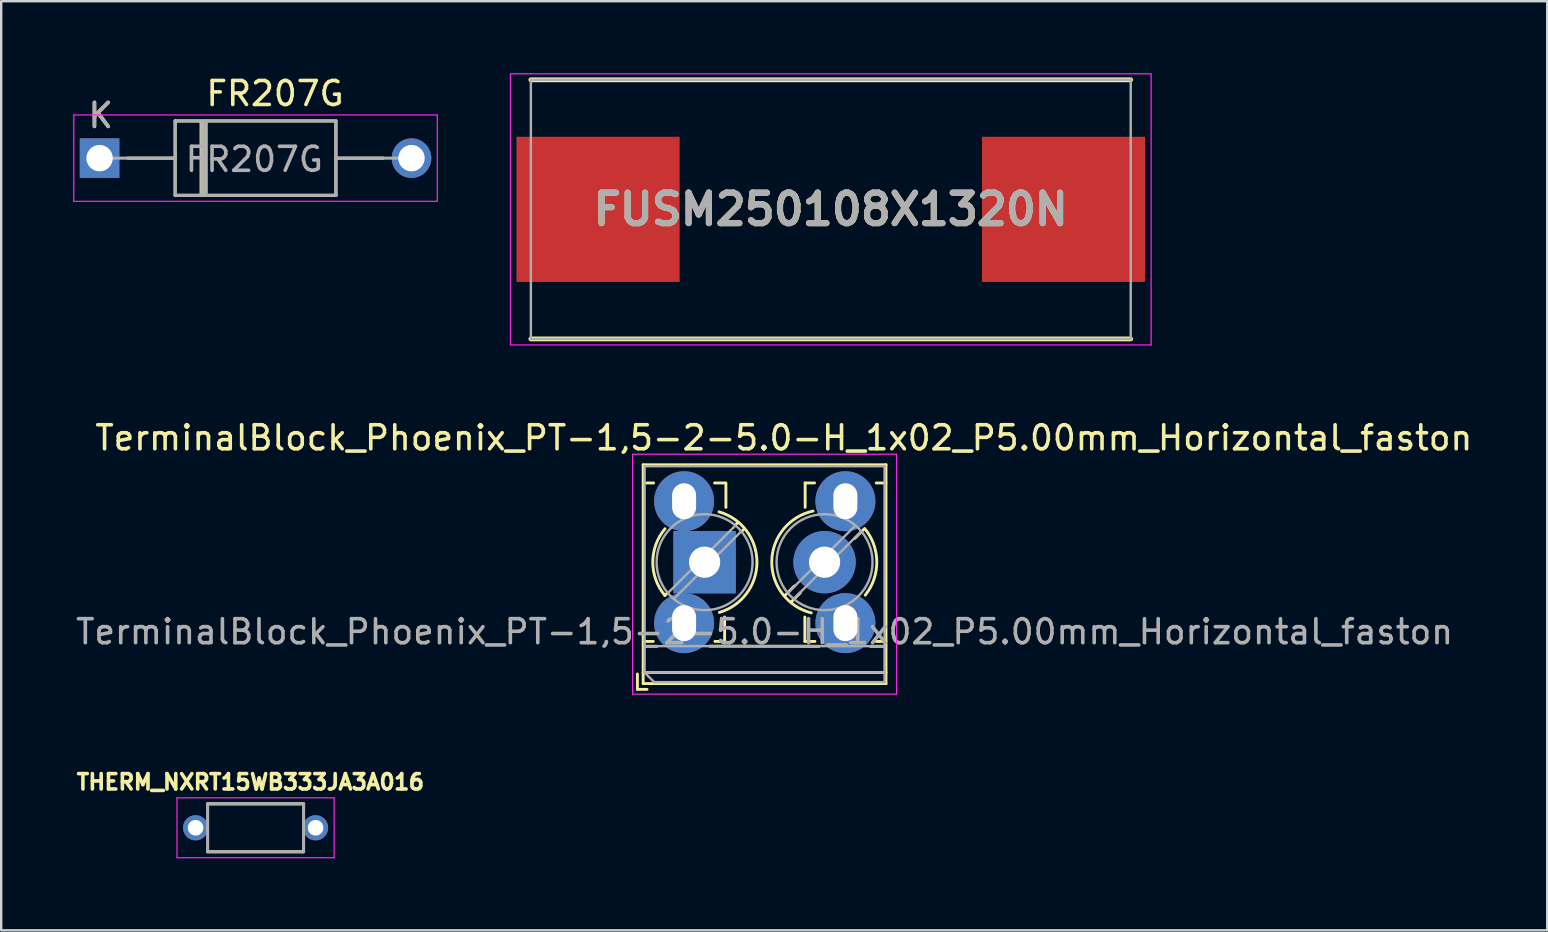
<source format=kicad_pcb>
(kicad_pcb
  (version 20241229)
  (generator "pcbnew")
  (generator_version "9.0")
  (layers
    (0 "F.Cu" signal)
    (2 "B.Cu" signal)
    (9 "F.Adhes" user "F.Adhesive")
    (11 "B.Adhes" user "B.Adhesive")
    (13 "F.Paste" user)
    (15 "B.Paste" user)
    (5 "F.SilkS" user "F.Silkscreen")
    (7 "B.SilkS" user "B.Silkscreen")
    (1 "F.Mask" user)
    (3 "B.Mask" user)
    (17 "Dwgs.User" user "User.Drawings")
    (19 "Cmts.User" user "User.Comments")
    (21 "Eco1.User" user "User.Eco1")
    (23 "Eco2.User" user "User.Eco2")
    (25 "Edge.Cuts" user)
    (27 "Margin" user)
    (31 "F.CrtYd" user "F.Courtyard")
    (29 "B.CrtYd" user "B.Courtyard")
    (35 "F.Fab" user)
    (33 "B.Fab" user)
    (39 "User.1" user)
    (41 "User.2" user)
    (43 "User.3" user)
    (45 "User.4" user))
  (footprint "FR207G"
    (layer "F.Cu")
    (at 7.6 3.541)
    (property "Reference" "FR207G" (at 0.813 -2.692 0) (layer "F.SilkS") (effects (font (size 1 1) (thickness 0.15))))
    (attr through_hole)
    (fp_line (start -3.35 -1.55) (end -3.35 0) (stroke (width 0.127) (type solid)) (layer "F.SilkS"))
    (fp_line (start -3.35 0) (end -5.32 0) (stroke (width 0.127) (type solid)) (layer "F.SilkS"))
    (fp_line (start -3.35 0) (end -3.35 1.55) (stroke (width 0.127) (type solid)) (layer "F.SilkS"))
    (fp_line (start -3.35 1.55) (end 3.35 1.55) (stroke (width 0.127) (type solid)) (layer "F.SilkS"))
    (fp_line (start -2.272 -1.524) (end -2.272 1.524) (stroke (width 0.12) (type solid)) (layer "F.SilkS"))
    (fp_line (start -2.184 -1.524) (end -2.184 1.524) (stroke (width 0.12) (type solid)) (layer "F.SilkS"))
    (fp_line (start -2.092 -1.527) (end -2.096 1.508) (stroke (width 0.12) (type solid)) (layer "F.SilkS"))
    (fp_line (start -2.063 -1.551) (end -2.063 1.527) (stroke (width 0.12) (type solid)) (layer "F.SilkS"))
    (fp_line (start 3.35 -1.55) (end -3.35 -1.55) (stroke (width 0.127) (type solid)) (layer "F.SilkS"))
    (fp_line (start 3.35 0) (end 3.35 -1.55) (stroke (width 0.127) (type solid)) (layer "F.SilkS"))
    (fp_line (start 3.35 0) (end 5.32 0) (stroke (width 0.127) (type solid)) (layer "F.SilkS"))
    (fp_line (start 3.35 1.55) (end 3.35 0) (stroke (width 0.127) (type solid)) (layer "F.SilkS"))
    (fp_line (start -7.575 -1.8) (end -7.575 1.8) (stroke (width 0.05) (type solid)) (layer "F.CrtYd"))
    (fp_line (start -7.575 1.8) (end 7.575 1.8) (stroke (width 0.05) (type solid)) (layer "F.CrtYd"))
    (fp_line (start 7.575 -1.8) (end -7.575 -1.8) (stroke (width 0.05) (type solid)) (layer "F.CrtYd"))
    (fp_line (start 7.575 1.8) (end 7.575 -1.8) (stroke (width 0.05) (type solid)) (layer "F.CrtYd"))
    (fp_line (start -3.35 -1.55) (end -3.35 0) (stroke (width 0.127) (type solid)) (layer "F.Fab"))
    (fp_line (start -3.35 0) (end -6.5 0) (stroke (width 0.127) (type solid)) (layer "F.Fab"))
    (fp_line (start -3.35 0) (end -3.35 1.55) (stroke (width 0.127) (type solid)) (layer "F.Fab"))
    (fp_line (start -3.35 1.55) (end 3.35 1.55) (stroke (width 0.127) (type solid)) (layer "F.Fab"))
    (fp_line (start -2.252 -1.524) (end -2.252 1.524) (stroke (width 0.1) (type solid)) (layer "F.Fab"))
    (fp_line (start -2.152 -1.524) (end -2.152 1.524) (stroke (width 0.1) (type solid)) (layer "F.Fab"))
    (fp_line (start -2.052 -1.524) (end -2.052 1.526) (stroke (width 0.1) (type solid)) (layer "F.Fab"))
    (fp_line (start 3.35 -1.55) (end -3.35 -1.55) (stroke (width 0.127) (type solid)) (layer "F.Fab"))
    (fp_line (start 3.35 0) (end 3.35 -1.55) (stroke (width 0.127) (type solid)) (layer "F.Fab"))
    (fp_line (start 3.35 0) (end 6.5 0) (stroke (width 0.127) (type solid)) (layer "F.Fab"))
    (fp_line (start 3.35 1.55) (end 3.35 0) (stroke (width 0.127) (type solid)) (layer "F.Fab"))
    (fp_text user "K" (at -6.452 -1.778 0) (layer "F.SilkS") (effects (font (size 1 1) (thickness 0.15))))
    (fp_text user "K" (at -6.452 -1.778 0) (layer "F.Fab") (effects (font (size 1 1) (thickness 0.15))))
    (fp_text user "${REFERENCE}" (at -0.051 0.051 0) (layer "F.Fab") (effects (font (size 1 1) (thickness 0.15))))
    (pad "A" thru_hole circle (at 6.5 0) (size 1.65 1.65) (drill 1.1) (layers "*.Cu" "*.Mask"))
    (pad "C" thru_hole rect (at -6.5 0) (size 1.65 1.65) (drill 1.1) (layers "*.Cu" "*.Mask")))
  (footprint "FUSM250108X1320N"
    (layer "F.Cu")
    (at 31.575 5.675)
    (property "Reference" "FUSM250108X1320N" (at 0 0 0) (layer "F.SilkS") (effects (font (size 1.27 1.27) (thickness 0.254))))
    (attr smd)
    (fp_line (start -12.5 5.4) (end 12.5 5.4) (stroke (width 0.2) (type solid)) (layer "F.SilkS"))
    (fp_line (start 12.5 -5.4) (end -12.5 -5.4) (stroke (width 0.2) (type solid)) (layer "F.SilkS"))
    (fp_line (start -13.35 -5.65) (end 13.35 -5.65) (stroke (width 0.05) (type solid)) (layer "F.CrtYd"))
    (fp_line (start -13.35 5.65) (end -13.35 -5.65) (stroke (width 0.05) (type solid)) (layer "F.CrtYd"))
    (fp_line (start 13.35 -5.65) (end 13.35 5.65) (stroke (width 0.05) (type solid)) (layer "F.CrtYd"))
    (fp_line (start 13.35 5.65) (end -13.35 5.65) (stroke (width 0.05) (type solid)) (layer "F.CrtYd"))
    (fp_line (start -12.5 -5.4) (end 12.5 -5.4) (stroke (width 0.1) (type solid)) (layer "F.Fab"))
    (fp_line (start -12.5 5.4) (end -12.5 -5.4) (stroke (width 0.1) (type solid)) (layer "F.Fab"))
    (fp_line (start 12.5 -5.4) (end 12.5 5.4) (stroke (width 0.1) (type solid)) (layer "F.Fab"))
    (fp_line (start 12.5 5.4) (end -12.5 5.4) (stroke (width 0.1) (type solid)) (layer "F.Fab"))
    (fp_text user "${REFERENCE}" (at 0 0 0) (layer "F.Fab") (effects (font (size 1.27 1.27) (thickness 0.254))))
    (pad "1" smd rect (at -9.7 0 90) (size 6.05 6.8) (layers "F.Cu" "F.Mask" "F.Paste"))
    (pad "2" smd rect (at 9.7 0 90) (size 6.05 6.8) (layers "F.Cu" "F.Mask" "F.Paste")))
  (footprint "TerminalBlock_Phoenix_PT-1,5-2-5.0-H_1x02_P5.00mm_Horizontal_faston"
    (layer "F.Cu")
    (at 26.315 20.38)
    (property "Reference" "TerminalBlock_Phoenix_PT-1,5-2-5.0-H_1x02_P5.00mm_Horizontal_faston" (at 3.302 -5.182 0) (layer "F.SilkS") (effects (font (size 1 1) (thickness 0.15))))
    (attr through_hole)
    (fp_line (start -2.8 4.66) (end -2.8 5.3) (stroke (width 0.12) (type solid)) (layer "F.SilkS"))
    (fp_line (start -2.8 5.3) (end -2.4 5.3) (stroke (width 0.12) (type solid)) (layer "F.SilkS"))
    (fp_line (start -2.56 -4.06) (end -2.56 5.06) (stroke (width 0.12) (type solid)) (layer "F.SilkS"))
    (fp_line (start -2.56 -4.06) (end 7.56 -4.06) (stroke (width 0.12) (type solid)) (layer "F.SilkS"))
    (fp_line (start -2.56 4.6) (end 7.56 4.6) (stroke (width 0.12) (type solid)) (layer "F.SilkS"))
    (fp_line (start -2.56 5.06) (end 7.56 5.06) (stroke (width 0.12) (type solid)) (layer "F.SilkS"))
    (fp_line (start -2.543 3.302) (end -2.139 3.302) (stroke (width 0.12) (type solid)) (layer "F.SilkS"))
    (fp_line (start -2.537 3.505) (end -1.981 3.505) (stroke (width 0.12) (type solid)) (layer "F.SilkS"))
    (fp_line (start -2.124 -3.302) (end -2.543 -3.302) (stroke (width 0.12) (type solid)) (layer "F.SilkS"))
    (fp_line (start -1.548 1.281) (end -1.654 1.388) (stroke (width 0.12) (type solid)) (layer "F.SilkS"))
    (fp_line (start 0.203 3.5) (end 4.775 3.505) (stroke (width 0.12) (type solid)) (layer "F.SilkS"))
    (fp_line (start 0.431 3.302) (end 0.835 3.302) (stroke (width 0.12) (type solid)) (layer "F.SilkS"))
    (fp_line (start 0.835 -3.302) (end 0.416 -3.302) (stroke (width 0.12) (type solid)) (layer "F.SilkS"))
    (fp_line (start 0.835 3.302) (end 0.835 2.286) (stroke (width 0.12) (type solid)) (layer "F.SilkS"))
    (fp_line (start 0.889 -2.286) (end 0.889 -3.302) (stroke (width 0.12) (type solid)) (layer "F.SilkS"))
    (fp_line (start 1.388 -1.654) (end 1.281 -1.547) (stroke (width 0.12) (type solid)) (layer "F.SilkS"))
    (fp_line (start 1.654 -1.388) (end 1.547 -1.281) (stroke (width 0.12) (type solid)) (layer "F.SilkS"))
    (fp_line (start 3.742 0.992) (end 3.347 1.388) (stroke (width 0.12) (type solid)) (layer "F.SilkS"))
    (fp_line (start 3.993 1.274) (end 3.613 1.654) (stroke (width 0.12) (type solid)) (layer "F.SilkS"))
    (fp_line (start 4.179 2.286) (end 4.179 3.302) (stroke (width 0.12) (type solid)) (layer "F.SilkS"))
    (fp_line (start 4.179 3.302) (end 4.598 3.302) (stroke (width 0.12) (type solid)) (layer "F.SilkS"))
    (fp_line (start 4.191 -3.302) (end 4.191 -2.286) (stroke (width 0.12) (type solid)) (layer "F.SilkS"))
    (fp_line (start 4.583 -3.302) (end 4.191 -3.302) (stroke (width 0.12) (type solid)) (layer "F.SilkS"))
    (fp_line (start 6.654 -1.388) (end 6.259 -0.992) (stroke (width 0.12) (type solid)) (layer "F.SilkS"))
    (fp_line (start 6.909 3.505) (end 7.518 3.505) (stroke (width 0.12) (type solid)) (layer "F.SilkS"))
    (fp_line (start 7.138 3.302) (end 7.557 3.302) (stroke (width 0.12) (type solid)) (layer "F.SilkS"))
    (fp_line (start 7.557 -3.302) (end 7.153 -3.302) (stroke (width 0.12) (type solid)) (layer "F.SilkS"))
    (fp_line (start 7.56 -4.06) (end 7.56 5.06) (stroke (width 0.12) (type solid)) (layer "F.SilkS"))
    (fp_arc (start -1.653999 1.388) (mid -2.159221 -0.004406) (end -1.64832 -1.394739) (stroke (width 0.12) (type default)) (layer "F.SilkS"))
    (fp_arc (start 0.599609 -2.098632) (mid 2.182598 -0.007248) (end 0.613534 2.094603) (stroke (width 0.12) (type default)) (layer "F.SilkS"))
    (fp_arc (start 4.446927 2.113104) (mid 2.799823 -0.038465) (end 4.521854 -2.130548) (stroke (width 0.12) (type default)) (layer "F.SilkS"))
    (fp_arc (start 6.675959 -1.39799) (mid 7.177451 -0.015983) (end 6.6961 1.373167) (stroke (width 0.12) (type default)) (layer "F.SilkS"))
    (fp_line (start -3 -4.5) (end -3 5.5) (stroke (width 0.05) (type solid)) (layer "F.CrtYd"))
    (fp_line (start -3 5.5) (end 8 5.5) (stroke (width 0.05) (type solid)) (layer "F.CrtYd"))
    (fp_line (start 8 -4.5) (end -3 -4.5) (stroke (width 0.05) (type solid)) (layer "F.CrtYd"))
    (fp_line (start 8 5.5) (end 8 -4.5) (stroke (width 0.05) (type solid)) (layer "F.CrtYd"))
    (fp_line (start -2.5 -4) (end 7.5 -4) (stroke (width 0.1) (type solid)) (layer "F.Fab"))
    (fp_line (start -2.5 3.5) (end 7.5 3.5) (stroke (width 0.1) (type solid)) (layer "F.Fab"))
    (fp_line (start -2.5 4.6) (end -2.5 -4) (stroke (width 0.1) (type solid)) (layer "F.Fab"))
    (fp_line (start -2.5 4.6) (end 7.5 4.6) (stroke (width 0.1) (type solid)) (layer "F.Fab"))
    (fp_line (start -2.1 5) (end -2.5 4.6) (stroke (width 0.1) (type solid)) (layer "F.Fab"))
    (fp_line (start 1.273 -1.517) (end -1.517 1.273) (stroke (width 0.1) (type solid)) (layer "F.Fab"))
    (fp_line (start 1.517 -1.273) (end -1.273 1.517) (stroke (width 0.1) (type solid)) (layer "F.Fab"))
    (fp_line (start 6.273 -1.517) (end 3.484 1.273) (stroke (width 0.1) (type solid)) (layer "F.Fab"))
    (fp_line (start 6.517 -1.273) (end 3.728 1.517) (stroke (width 0.1) (type solid)) (layer "F.Fab"))
    (fp_line (start 7.5 -4) (end 7.5 5) (stroke (width 0.1) (type solid)) (layer "F.Fab"))
    (fp_line (start 7.5 5) (end -2.1 5) (stroke (width 0.1) (type solid)) (layer "F.Fab"))
    (fp_circle (center 0 0) (end 2 0) (stroke (width 0.1) (type solid)) (fill no) (layer "F.Fab"))
    (fp_circle (center 5 0) (end 7 0) (stroke (width 0.1) (type solid)) (fill no) (layer "F.Fab"))
    (fp_text user "${REFERENCE}" (at 2.5 2.9 0) (layer "F.Fab") (effects (font (size 1 1) (thickness 0.15))))
    (pad "1" thru_hole circle (at -0.854 -2.54 90) (size 2.5 2.5) (drill oval 1.5 1) (layers "*.Cu" "*.Mask"))
    (pad "1" thru_hole circle (at -0.854 2.54 90) (size 2.5 2.5) (drill oval 1.5 1) (layers "*.Cu" "*.Mask"))
    (pad "1" thru_hole rect (at 0 0) (size 2.6 2.6) (drill 1.3) (layers "*.Cu" "*.Mask"))
    (pad "2" thru_hole circle (at 5 0) (size 2.6 2.6) (drill 1.3) (layers "*.Cu" "*.Mask"))
    (pad "2" thru_hole circle (at 5.868 -2.54 270) (size 2.5 2.5) (drill oval 1.5 1) (layers "*.Cu" "*.Mask"))
    (pad "2" thru_hole circle (at 5.868 2.54 270) (size 2.5 2.5) (drill oval 1.5 1) (layers "*.Cu" "*.Mask")))
  (footprint "THERM_NXRT15WB333JA3A016"
    (layer "F.Cu")
    (at 7.602 31.449)
    (property "Reference" "THERM_NXRT15WB333JA3A016" (at -0.218 -1.906 0) (layer "F.SilkS") (effects (font (size 0.64 0.64) (thickness 0.15))))
    (attr through_hole)
    (fp_line (start -2 1) (end 2 1) (stroke (width 0.127) (type solid)) (layer "F.SilkS"))
    (fp_line (start 2 -1) (end -2 -1) (stroke (width 0.127) (type solid)) (layer "F.SilkS"))
    (fp_line (start -3.275 -1.25) (end 3.275 -1.25) (stroke (width 0.05) (type solid)) (layer "F.CrtYd"))
    (fp_line (start -3.275 1.25) (end -3.275 -1.25) (stroke (width 0.05) (type solid)) (layer "F.CrtYd"))
    (fp_line (start 3.275 -1.25) (end 3.275 1.25) (stroke (width 0.05) (type solid)) (layer "F.CrtYd"))
    (fp_line (start 3.275 1.25) (end -3.275 1.25) (stroke (width 0.05) (type solid)) (layer "F.CrtYd"))
    (fp_line (start -2 -1) (end -2 1) (stroke (width 0.127) (type solid)) (layer "F.Fab"))
    (fp_line (start -2 1) (end 2 1) (stroke (width 0.127) (type solid)) (layer "F.Fab"))
    (fp_line (start 2 -1) (end -2 -1) (stroke (width 0.127) (type solid)) (layer "F.Fab"))
    (fp_line (start 2 1) (end 2 -1) (stroke (width 0.127) (type solid)) (layer "F.Fab"))
    (pad "1" thru_hole circle (at -2.5 0) (size 1.05 1.05) (drill 0.65) (layers "*.Cu" "*.Mask"))
    (pad "2" thru_hole circle (at 2.5 0) (size 1.05 1.05) (drill 0.65) (layers "*.Cu" "*.Mask")))
  (gr_rect
    (start -3 -3)
    (end 61.433 35.724)
    (stroke (width 0.1) (type default))
    (fill no)
    (layer "Edge.Cuts")))
</source>
